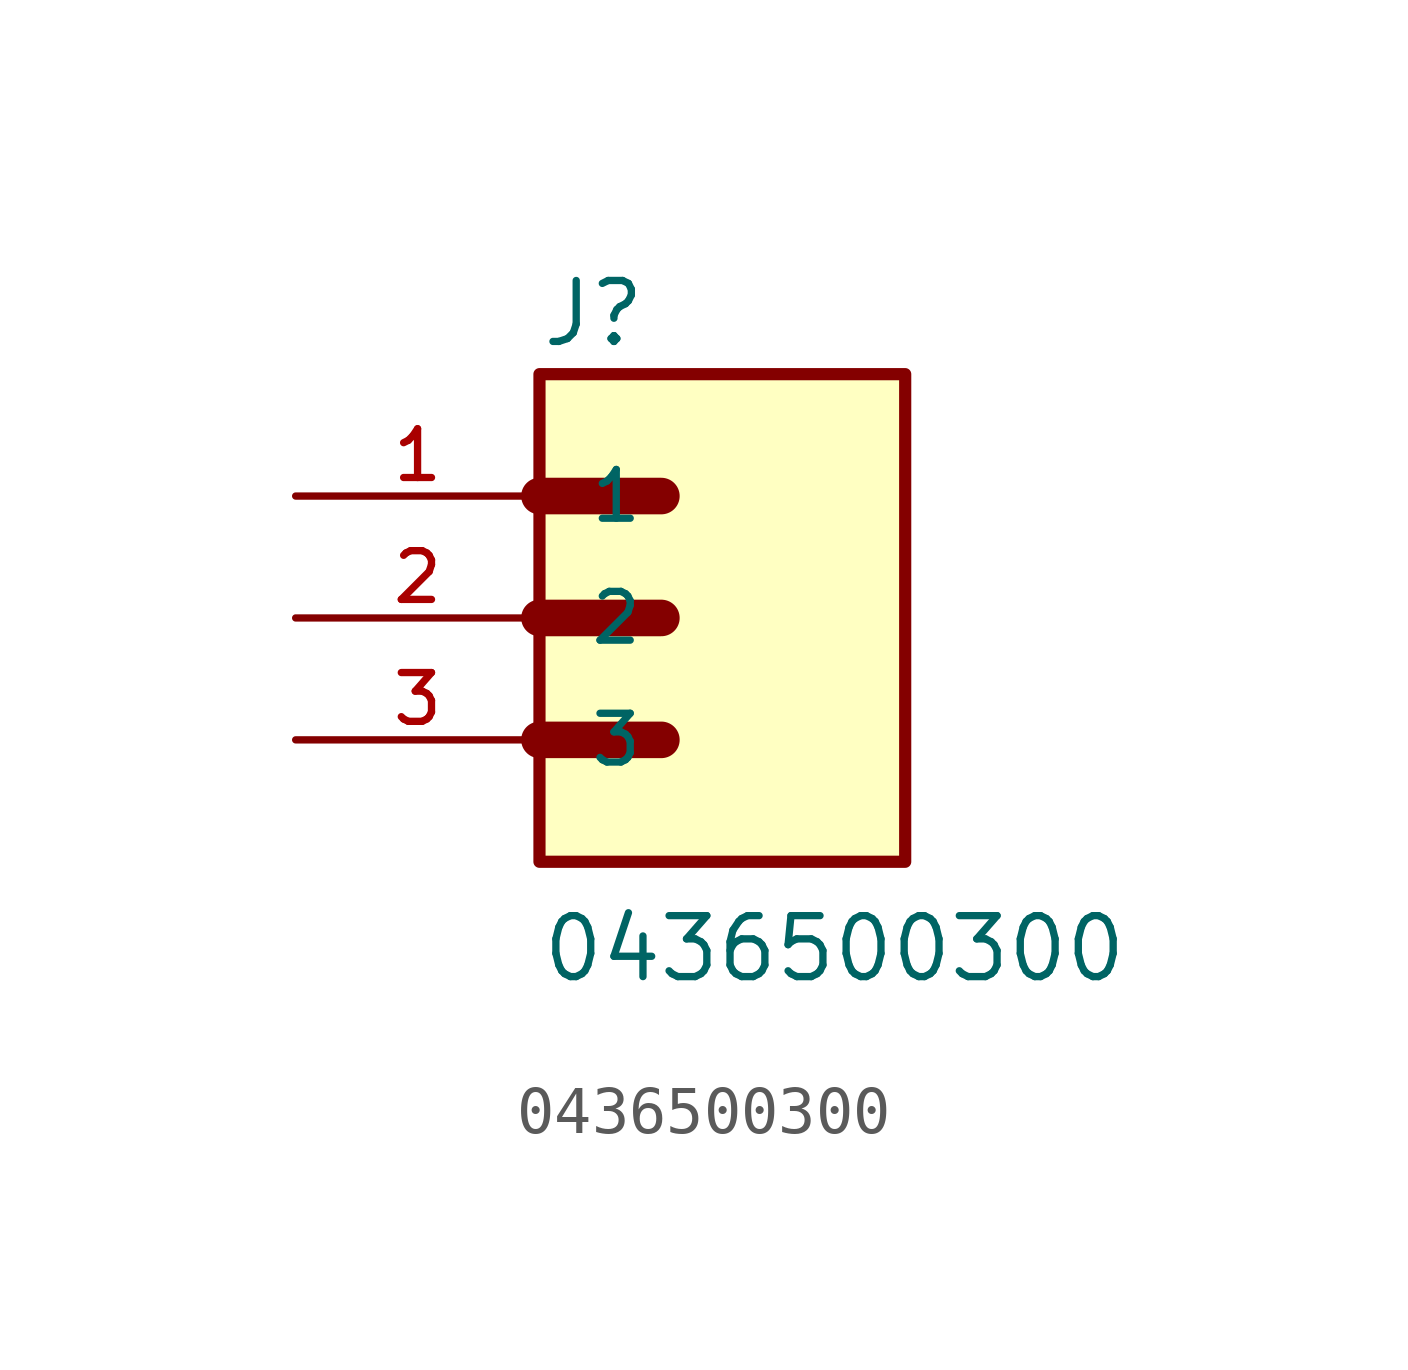
<source format=kicad_sym>
(kicad_symbol_lib
  (version 20211014)
  (generator kicad_symbol_editor)
  (symbol "0436500300"
    (pin_names
      (offset 1.016))
    (property "Reference" "J"
      (at 0.0 5.598 0)
      (effects (font (size 1.27 1.27)) (justify bottom left)))
    (property "Value" "0436500300"
      (at 0.0 -7.636 0)
      (effects (font (size 1.27 1.27)) (justify bottom left)))
    (symbol "0436500300_0_0"
      (polyline (pts (xy 0.0 2.54) (xy 2.54 2.54)) (stroke (width 0.762)))
      (polyline (pts (xy 0.0 0.0) (xy 2.54 0.0)) (stroke (width 0.762)))
      (polyline (pts (xy 0.0 -2.54) (xy 2.54 -2.54)) (stroke (width 0.762)))
      (rectangle (start -4.4408920985e-16 -5.08) (end 7.62 5.08) (stroke (width 0.254)) (fill (type background)))
      (pin passive line (at -5.08 2.54 0) (length 5.08) (name "1" (effects (font (size 1.016 1.016)))) (number "1" (effects (font (size 1.016 1.016)))))
      (pin passive line (at -5.08 0.0 0) (length 5.08) (name "2" (effects (font (size 1.016 1.016)))) (number "2" (effects (font (size 1.016 1.016)))))
      (pin passive line (at -5.08 -2.54 0) (length 5.08) (name "3" (effects (font (size 1.016 1.016)))) (number "3" (effects (font (size 1.016 1.016))))))))
</source>
